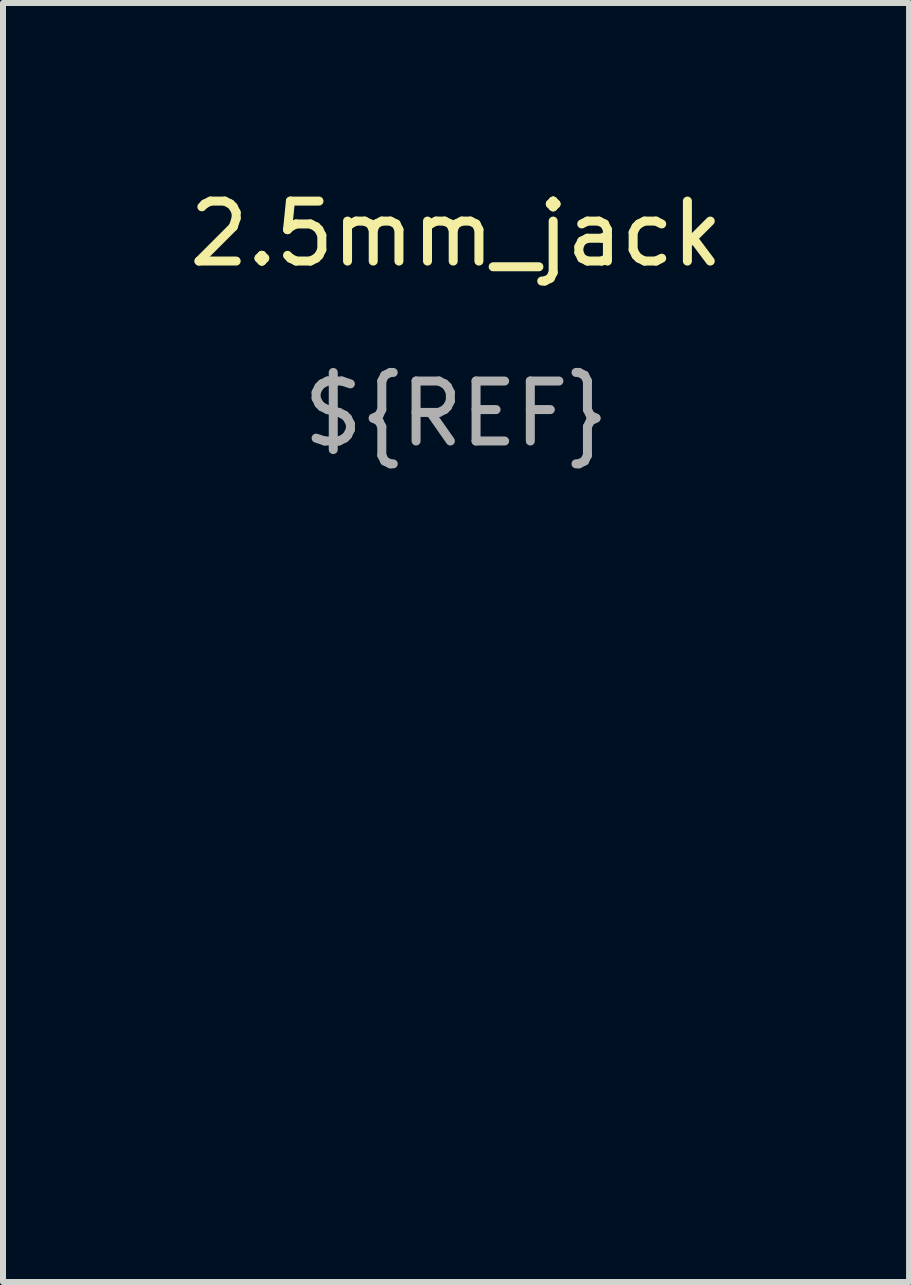
<source format=kicad_pcb>
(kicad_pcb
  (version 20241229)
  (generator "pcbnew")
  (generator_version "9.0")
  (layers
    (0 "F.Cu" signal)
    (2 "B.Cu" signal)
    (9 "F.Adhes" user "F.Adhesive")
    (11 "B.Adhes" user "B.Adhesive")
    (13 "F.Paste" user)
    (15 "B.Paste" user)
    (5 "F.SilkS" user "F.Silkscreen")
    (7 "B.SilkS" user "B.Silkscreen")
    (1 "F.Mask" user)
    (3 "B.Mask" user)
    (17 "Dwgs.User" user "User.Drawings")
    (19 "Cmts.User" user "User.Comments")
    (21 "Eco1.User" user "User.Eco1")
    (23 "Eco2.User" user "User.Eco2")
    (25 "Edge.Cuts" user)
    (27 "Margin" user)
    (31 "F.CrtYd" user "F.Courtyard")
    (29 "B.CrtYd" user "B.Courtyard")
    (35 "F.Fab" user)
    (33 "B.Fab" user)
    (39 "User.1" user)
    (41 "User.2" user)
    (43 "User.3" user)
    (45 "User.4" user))
  (footprint "2.5mm_jack"
    (layer "F.Cu")
    (at 4.503 15.075)
    (property "Reference" "2.5mm_jack" (at 0.051 -14.227 0) (unlocked yes) (layer "F.SilkS") (effects (font (size 1 1) (thickness 0.15))))
    (attr through_hole)
    (fp_text user "${REF}" (at 0.051 -11.227 0) (unlocked yes) (layer "F.Fab") (effects (font (size 1 1) (thickness 0.15)))))
  (gr_rect
    (start -3 -3)
    (end 12.107 18.325)
    (stroke (width 0.1) (type default))
    (fill no)
    (layer "Edge.Cuts")))
</source>
